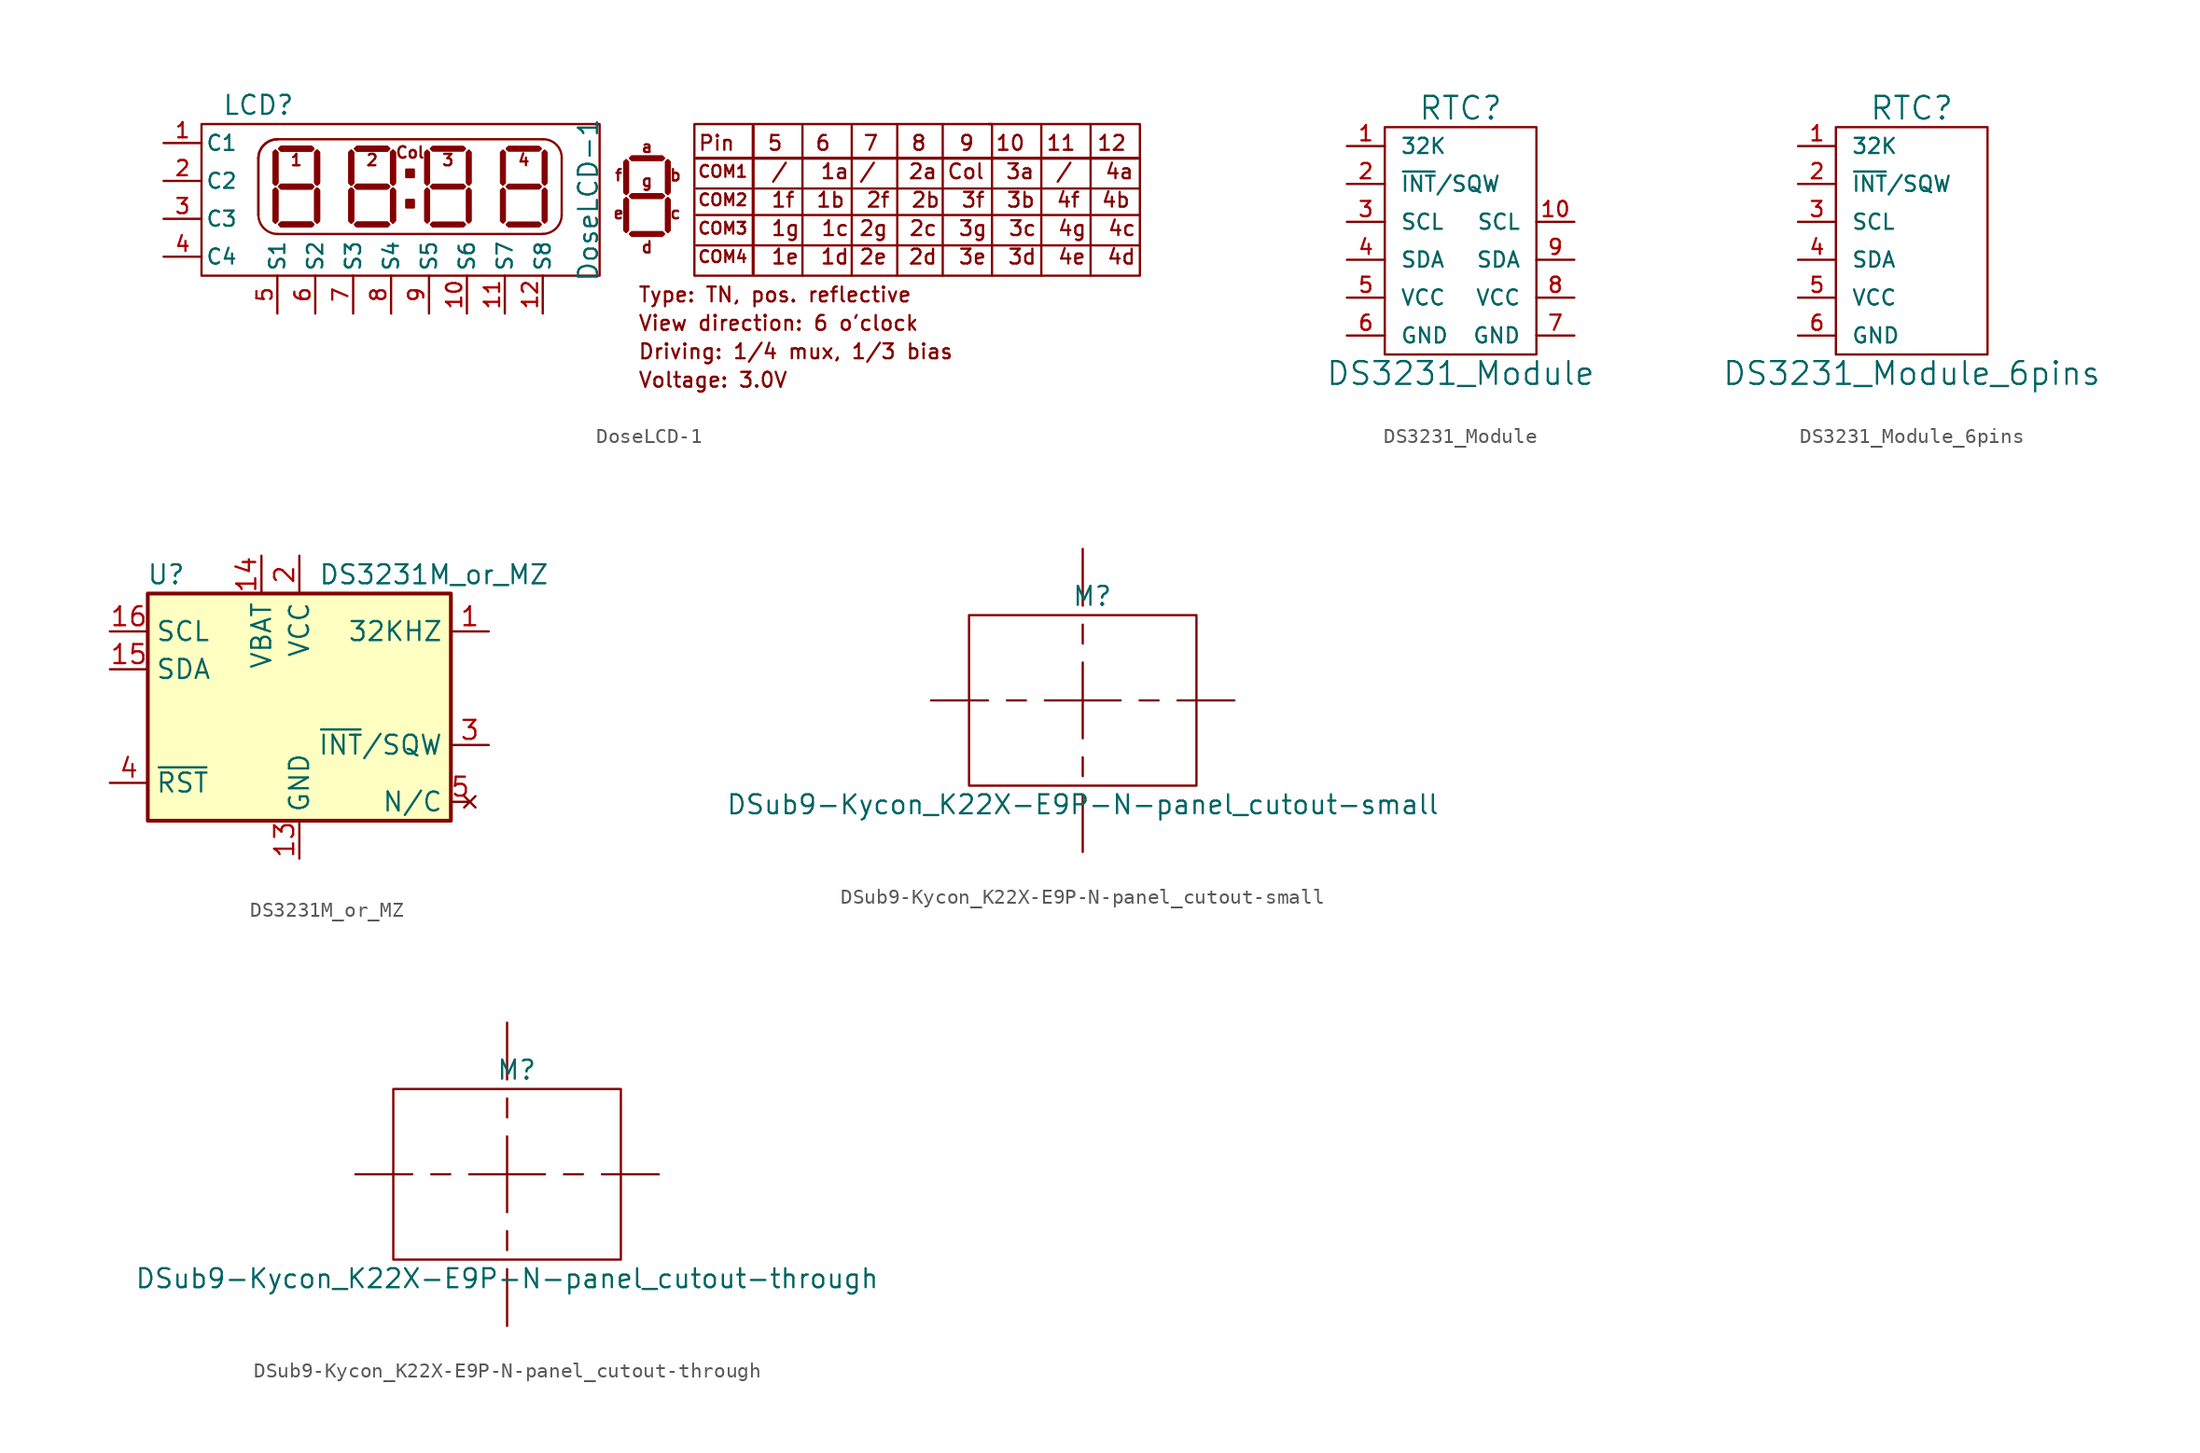
<source format=kicad_sym>
(kicad_symbol_lib
  (version 20211014)
  (generator kicad_symbol_editor)
  (symbol "DoseLCD-1"
    (pin_names
      (offset 0.254))
    (property "Reference" "LCD"
      (at -10.16 6.35 0)
      (effects (font (size 1.27 1.27))))
    (property "Value" "DoseLCD-1"
      (at 11.938 0 90)
      (effects (font (size 1.27 1.27))))
    (symbol "DoseLCD-1_0_0"
      (polyline (pts (xy 19.177 -3.048) (xy 48.895 -3.048)) (stroke (width 0) (type default) (color 0 0 0 0)) (fill (type none)))
      (polyline (pts (xy 19.177 -1.016) (xy 48.895 -1.016)) (stroke (width 0) (type default) (color 0 0 0 0)) (fill (type none)))
      (polyline (pts (xy 19.177 0.762) (xy 48.895 0.762)) (stroke (width 0) (type default) (color 0 0 0 0)) (fill (type none)))
      (polyline (pts (xy 19.177 2.794) (xy 48.768 2.794)) (stroke (width 0.203) (type default) (color 0 0 0 0)) (fill (type none)))
      (polyline (pts (xy 22.987 4.953) (xy 22.987 -4.953)) (stroke (width 0.203) (type default) (color 0 0 0 0)) (fill (type none)))
      (polyline (pts (xy 26.289 5.08) (xy 26.289 -5.08)) (stroke (width 0) (type default) (color 0 0 0 0)) (fill (type none)))
      (polyline (pts (xy 29.591 5.08) (xy 29.591 -5.08)) (stroke (width 0) (type default) (color 0 0 0 0)) (fill (type none)))
      (polyline (pts (xy 32.639 5.08) (xy 32.639 -5.08)) (stroke (width 0) (type default) (color 0 0 0 0)) (fill (type none)))
      (polyline (pts (xy 35.687 5.08) (xy 35.687 -5.08)) (stroke (width 0) (type default) (color 0 0 0 0)) (fill (type none)))
      (polyline (pts (xy 38.735 5.08) (xy 38.989 5.08)) (stroke (width 0) (type default) (color 0 0 0 0)) (fill (type none)))
      (polyline (pts (xy 38.989 5.08) (xy 38.989 -5.08)) (stroke (width 0) (type default) (color 0 0 0 0)) (fill (type none)))
      (polyline (pts (xy 42.291 5.08) (xy 42.291 -5.08)) (stroke (width 0) (type default) (color 0 0 0 0)) (fill (type none)))
      (polyline (pts (xy 45.593 5.08) (xy 45.593 -5.08)) (stroke (width 0) (type default) (color 0 0 0 0)) (fill (type none)))
      (rectangle (start 19.05 5.08) (end 48.895 -5.08) (stroke (width 0) (type default) (color 0 0 0 0)) (fill (type none)))
      (text "/   1a /   2a Col  3a  /   4a" (at 24.13 1.905 0) (effects (font (size 0.991 0.991)) (justify left)))
      (text "1" (at -7.62 2.667 0) (effects (font (size 0.762 0.762))))
      (text "1e  1d 2e  2d  3e  3d  4e  4d" (at 24.13 -3.81 0) (effects (font (size 0.991 0.991)) (justify left)))
      (text "1f  1b  2f  2b  3f  3b  4f  4b" (at 24.13 0 0) (effects (font (size 0.991 0.991)) (justify left)))
      (text "1g  1c 2g  2c  3g  3c  4g  4c" (at 24.13 -1.905 0) (effects (font (size 0.991 0.991)) (justify left)))
      (text "2" (at -2.54 2.667 0) (effects (font (size 0.762 0.762))))
      (text "3" (at 2.54 2.667 0) (effects (font (size 0.762 0.762))))
      (text "4" (at 7.62 2.667 0) (effects (font (size 0.762 0.762))))
      (text "a" (at 15.875 3.556 0) (effects (font (size 0.762 0.762))))
      (text "b" (at 17.78 1.651 0) (effects (font (size 0.762 0.762))))
      (text "c" (at 17.78 -0.889 0) (effects (font (size 0.762 0.762))))
      (text "Col" (at 0 3.175 0) (effects (font (size 0.762 0.762))))
      (text "COM1" (at 20.955 1.905 0) (effects (font (size 0.787 0.787))))
      (text "COM2" (at 20.955 0 0) (effects (font (size 0.787 0.787))))
      (text "COM3" (at 20.955 -1.905 0) (effects (font (size 0.787 0.787))))
      (text "COM4" (at 20.955 -3.81 0) (effects (font (size 0.787 0.787))))
      (text "d" (at 15.875 -3.175 0) (effects (font (size 0.762 0.762))))
      (text "Driving: 1/4 mux, 1/3 bias" (at 15.24 -10.16 0) (effects (font (size 0.991 0.991)) (justify left)))
      (text "e" (at 13.97 -0.889 0) (effects (font (size 0.762 0.762))))
      (text "f" (at 13.97 1.651 0) (effects (font (size 0.762 0.762))))
      (text "g" (at 15.875 1.27 0) (effects (font (size 0.762 0.762))))
      (text "Pin   5   6   7   8   9  10  11  12" (at 33.655 3.81 0) (effects (font (size 0.991 0.991))))
      (text "Type: TN, pos. reflective" (at 15.24 -6.35 0) (effects (font (size 0.991 0.991)) (justify left)))
      (text "View direction: 6 o'clock" (at 15.24 -8.255 0) (effects (font (size 0.991 0.991)) (justify left)))
      (text "Voltage: 3.0V" (at 15.24 -12.065 0) (effects (font (size 0.991 0.991)) (justify left))))
    (symbol "DoseLCD-1_0_1"
      (rectangle (start -13.97 5.08) (end 12.7 -5.08) (stroke (width 0) (type default) (color 0 0 0 0)) (fill (type none)))
      (arc (start -10.16 -1.016) (mid -9.7827 -1.9087) (end -8.89 -2.286) (stroke (width 0) (type default) (color 0 0 0 0)) (fill (type none)))
      (rectangle (start -8.89 0) (end -8.89 0) (stroke (width 0) (type default) (color 0 0 0 0)) (fill (type none)))
      (arc (start -8.89 4.064) (mid -9.7827 3.6867) (end -10.16 2.794) (stroke (width 0) (type default) (color 0 0 0 0)) (fill (type none)))
      (arc (start -8.89 4.064) (mid -9.7827 3.6867) (end -10.16 2.794) (stroke (width 0) (type default) (color 0 0 0 0)) (fill (type none)))
      (rectangle (start -0.254 0) (end 0.254 -0.508) (stroke (width 0) (type default) (color 0 0 0 0)) (fill (type outline)))
      (rectangle (start -0.254 2.032) (end 0.254 1.524) (stroke (width 0) (type default) (color 0 0 0 0)) (fill (type outline)))
      (polyline (pts (xy -10.16 2.794) (xy -10.16 -1.016)) (stroke (width 0) (type default) (color 0 0 0 0)) (fill (type none)))
      (polyline (pts (xy -10.16 2.794) (xy -10.16 -1.016)) (stroke (width 0) (type default) (color 0 0 0 0)) (fill (type none)))
      (polyline (pts (xy -8.89 -2.286) (xy 8.89 -2.286)) (stroke (width 0) (type default) (color 0 0 0 0)) (fill (type none)))
      (polyline (pts (xy -8.89 4.064) (xy 8.89 4.064)) (stroke (width 0) (type default) (color 0 0 0 0)) (fill (type none)))
      (polyline (pts (xy 10.16 -1.016) (xy 10.16 2.794)) (stroke (width 0) (type default) (color 0 0 0 0)) (fill (type none)))
      (polyline (pts (xy -9.017 0.762) (xy -9.144 0.635) (xy -9.144 -1.397) (xy -9.017 -1.524) (xy -8.89 -1.397) (xy -8.89 0.635) (xy -9.017 0.762)) (stroke (width 0) (type default) (color 0 0 0 0)) (fill (type none)))
      (polyline (pts (xy -9.017 0.762) (xy -9.144 0.635) (xy -9.144 -1.397) (xy -9.017 -1.524) (xy -8.89 -1.397) (xy -8.89 0.635) (xy -9.017 0.762)) (stroke (width 0) (type default) (color 0 0 0 0)) (fill (type outline)))
      (polyline (pts (xy -9.017 3.302) (xy -9.144 3.175) (xy -9.144 1.143) (xy -9.017 1.016) (xy -8.89 1.143) (xy -8.89 3.175) (xy -9.017 3.302)) (stroke (width 0) (type default) (color 0 0 0 0)) (fill (type none)))
      (polyline (pts (xy -9.017 3.302) (xy -9.144 3.175) (xy -9.144 1.143) (xy -9.017 1.016) (xy -8.89 1.143) (xy -8.89 3.175) (xy -9.017 3.302)) (stroke (width 0) (type default) (color 0 0 0 0)) (fill (type outline)))
      (polyline (pts (xy -8.763 -1.651) (xy -8.636 -1.778) (xy -6.604 -1.778) (xy -6.477 -1.651) (xy -6.604 -1.524) (xy -8.636 -1.524) (xy -8.763 -1.651)) (stroke (width 0) (type default) (color 0 0 0 0)) (fill (type none)))
      (polyline (pts (xy -8.763 -1.651) (xy -8.636 -1.778) (xy -6.604 -1.778) (xy -6.477 -1.651) (xy -6.604 -1.524) (xy -8.636 -1.524) (xy -8.763 -1.651)) (stroke (width 0) (type default) (color 0 0 0 0)) (fill (type outline)))
      (polyline (pts (xy -8.763 0.889) (xy -8.636 0.762) (xy -6.604 0.762) (xy -6.477 0.889) (xy -6.604 1.016) (xy -8.636 1.016) (xy -8.763 0.889)) (stroke (width 0) (type default) (color 0 0 0 0)) (fill (type none)))
      (polyline (pts (xy -8.763 0.889) (xy -8.636 0.762) (xy -6.604 0.762) (xy -6.477 0.889) (xy -6.604 1.016) (xy -8.636 1.016) (xy -8.763 0.889)) (stroke (width 0) (type default) (color 0 0 0 0)) (fill (type outline)))
      (polyline (pts (xy -8.763 3.429) (xy -8.636 3.302) (xy -6.604 3.302) (xy -6.477 3.429) (xy -6.604 3.556) (xy -8.636 3.556) (xy -8.763 3.429)) (stroke (width 0) (type default) (color 0 0 0 0)) (fill (type none)))
      (polyline (pts (xy -8.763 3.429) (xy -8.636 3.302) (xy -6.604 3.302) (xy -6.477 3.429) (xy -6.604 3.556) (xy -8.636 3.556) (xy -8.763 3.429)) (stroke (width 0) (type default) (color 0 0 0 0)) (fill (type outline)))
      (polyline (pts (xy -6.223 0.762) (xy -6.35 0.635) (xy -6.35 -1.397) (xy -6.223 -1.524) (xy -6.096 -1.397) (xy -6.096 0.635) (xy -6.223 0.762)) (stroke (width 0) (type default) (color 0 0 0 0)) (fill (type none)))
      (polyline (pts (xy -6.223 0.762) (xy -6.35 0.635) (xy -6.35 -1.397) (xy -6.223 -1.524) (xy -6.096 -1.397) (xy -6.096 0.635) (xy -6.223 0.762)) (stroke (width 0) (type default) (color 0 0 0 0)) (fill (type outline)))
      (polyline (pts (xy -6.223 3.302) (xy -6.35 3.175) (xy -6.35 1.143) (xy -6.223 1.016) (xy -6.096 1.143) (xy -6.096 3.175) (xy -6.223 3.302)) (stroke (width 0) (type default) (color 0 0 0 0)) (fill (type none)))
      (polyline (pts (xy -6.223 3.302) (xy -6.35 3.175) (xy -6.35 1.143) (xy -6.223 1.016) (xy -6.096 1.143) (xy -6.096 3.175) (xy -6.223 3.302)) (stroke (width 0) (type default) (color 0 0 0 0)) (fill (type outline)))
      (polyline (pts (xy -3.937 0.762) (xy -4.064 0.635) (xy -4.064 -1.397) (xy -3.937 -1.524) (xy -3.81 -1.397) (xy -3.81 0.635) (xy -3.937 0.762)) (stroke (width 0) (type default) (color 0 0 0 0)) (fill (type none)))
      (polyline (pts (xy -3.937 0.762) (xy -4.064 0.635) (xy -4.064 -1.397) (xy -3.937 -1.524) (xy -3.81 -1.397) (xy -3.81 0.635) (xy -3.937 0.762)) (stroke (width 0) (type default) (color 0 0 0 0)) (fill (type outline)))
      (polyline (pts (xy -3.937 3.302) (xy -4.064 3.175) (xy -4.064 1.143) (xy -3.937 1.016) (xy -3.81 1.143) (xy -3.81 3.175) (xy -3.937 3.302)) (stroke (width 0) (type default) (color 0 0 0 0)) (fill (type none)))
      (polyline (pts (xy -3.937 3.302) (xy -4.064 3.175) (xy -4.064 1.143) (xy -3.937 1.016) (xy -3.81 1.143) (xy -3.81 3.175) (xy -3.937 3.302)) (stroke (width 0) (type default) (color 0 0 0 0)) (fill (type outline)))
      (polyline (pts (xy -3.683 -1.651) (xy -3.556 -1.778) (xy -1.524 -1.778) (xy -1.397 -1.651) (xy -1.524 -1.524) (xy -3.556 -1.524) (xy -3.683 -1.651)) (stroke (width 0) (type default) (color 0 0 0 0)) (fill (type none)))
      (polyline (pts (xy -3.683 -1.651) (xy -3.556 -1.778) (xy -1.524 -1.778) (xy -1.397 -1.651) (xy -1.524 -1.524) (xy -3.556 -1.524) (xy -3.683 -1.651)) (stroke (width 0) (type default) (color 0 0 0 0)) (fill (type outline)))
      (polyline (pts (xy -3.683 0.889) (xy -3.556 0.762) (xy -1.524 0.762) (xy -1.397 0.889) (xy -1.524 1.016) (xy -3.556 1.016) (xy -3.683 0.889)) (stroke (width 0) (type default) (color 0 0 0 0)) (fill (type none)))
      (polyline (pts (xy -3.683 0.889) (xy -3.556 0.762) (xy -1.524 0.762) (xy -1.397 0.889) (xy -1.524 1.016) (xy -3.556 1.016) (xy -3.683 0.889)) (stroke (width 0) (type default) (color 0 0 0 0)) (fill (type outline)))
      (polyline (pts (xy -3.683 3.429) (xy -3.556 3.302) (xy -1.524 3.302) (xy -1.397 3.429) (xy -1.524 3.556) (xy -3.556 3.556) (xy -3.683 3.429)) (stroke (width 0) (type default) (color 0 0 0 0)) (fill (type none)))
      (polyline (pts (xy -3.683 3.429) (xy -3.556 3.302) (xy -1.524 3.302) (xy -1.397 3.429) (xy -1.524 3.556) (xy -3.556 3.556) (xy -3.683 3.429)) (stroke (width 0) (type default) (color 0 0 0 0)) (fill (type outline)))
      (polyline (pts (xy -1.143 0.762) (xy -1.27 0.635) (xy -1.27 -1.397) (xy -1.143 -1.524) (xy -1.016 -1.397) (xy -1.016 0.635) (xy -1.143 0.762)) (stroke (width 0) (type default) (color 0 0 0 0)) (fill (type none)))
      (polyline (pts (xy -1.143 0.762) (xy -1.27 0.635) (xy -1.27 -1.397) (xy -1.143 -1.524) (xy -1.016 -1.397) (xy -1.016 0.635) (xy -1.143 0.762)) (stroke (width 0) (type default) (color 0 0 0 0)) (fill (type outline)))
      (polyline (pts (xy -1.143 3.302) (xy -1.27 3.175) (xy -1.27 1.143) (xy -1.143 1.016) (xy -1.016 1.143) (xy -1.016 3.175) (xy -1.143 3.302)) (stroke (width 0) (type default) (color 0 0 0 0)) (fill (type none)))
      (polyline (pts (xy -1.143 3.302) (xy -1.27 3.175) (xy -1.27 1.143) (xy -1.143 1.016) (xy -1.016 1.143) (xy -1.016 3.175) (xy -1.143 3.302)) (stroke (width 0) (type default) (color 0 0 0 0)) (fill (type outline)))
      (polyline (pts (xy 1.143 0.762) (xy 1.016 0.635) (xy 1.016 -1.397) (xy 1.143 -1.524) (xy 1.27 -1.397) (xy 1.27 0.635) (xy 1.143 0.762)) (stroke (width 0) (type default) (color 0 0 0 0)) (fill (type outline)))
      (polyline (pts (xy 1.143 3.302) (xy 1.016 3.175) (xy 1.016 1.143) (xy 1.143 1.016) (xy 1.27 1.143) (xy 1.27 3.175) (xy 1.143 3.302)) (stroke (width 0) (type default) (color 0 0 0 0)) (fill (type outline)))
      (polyline (pts (xy 1.397 -1.651) (xy 1.524 -1.778) (xy 3.556 -1.778) (xy 3.683 -1.651) (xy 3.556 -1.524) (xy 1.524 -1.524) (xy 1.397 -1.651)) (stroke (width 0) (type default) (color 0 0 0 0)) (fill (type outline)))
      (polyline (pts (xy 1.397 0.889) (xy 1.524 0.762) (xy 3.556 0.762) (xy 3.683 0.889) (xy 3.556 1.016) (xy 1.524 1.016) (xy 1.397 0.889)) (stroke (width 0) (type default) (color 0 0 0 0)) (fill (type outline)))
      (polyline (pts (xy 1.397 3.429) (xy 1.524 3.302) (xy 3.556 3.302) (xy 3.683 3.429) (xy 3.556 3.556) (xy 1.524 3.556) (xy 1.397 3.429)) (stroke (width 0) (type default) (color 0 0 0 0)) (fill (type outline)))
      (polyline (pts (xy 3.937 0.762) (xy 3.81 0.635) (xy 3.81 -1.397) (xy 3.937 -1.524) (xy 4.064 -1.397) (xy 4.064 0.635) (xy 3.937 0.762)) (stroke (width 0) (type default) (color 0 0 0 0)) (fill (type outline)))
      (polyline (pts (xy 3.937 3.302) (xy 3.81 3.175) (xy 3.81 1.143) (xy 3.937 1.016) (xy 4.064 1.143) (xy 4.064 3.175) (xy 3.937 3.302)) (stroke (width 0) (type default) (color 0 0 0 0)) (fill (type outline)))
      (polyline (pts (xy 6.223 0.762) (xy 6.096 0.635) (xy 6.096 -1.397) (xy 6.223 -1.524) (xy 6.35 -1.397) (xy 6.35 0.635) (xy 6.223 0.762)) (stroke (width 0) (type default) (color 0 0 0 0)) (fill (type outline)))
      (polyline (pts (xy 6.223 3.302) (xy 6.096 3.175) (xy 6.096 1.143) (xy 6.223 1.016) (xy 6.35 1.143) (xy 6.35 3.175) (xy 6.223 3.302)) (stroke (width 0) (type default) (color 0 0 0 0)) (fill (type outline)))
      (polyline (pts (xy 6.477 -1.651) (xy 6.604 -1.778) (xy 8.636 -1.778) (xy 8.763 -1.651) (xy 8.636 -1.524) (xy 6.604 -1.524) (xy 6.477 -1.651)) (stroke (width 0) (type default) (color 0 0 0 0)) (fill (type outline)))
      (polyline (pts (xy 6.477 0.889) (xy 6.604 0.762) (xy 8.636 0.762) (xy 8.763 0.889) (xy 8.636 1.016) (xy 6.604 1.016) (xy 6.477 0.889)) (stroke (width 0) (type default) (color 0 0 0 0)) (fill (type outline)))
      (polyline (pts (xy 6.477 3.429) (xy 6.604 3.302) (xy 8.636 3.302) (xy 8.763 3.429) (xy 8.636 3.556) (xy 6.604 3.556) (xy 6.477 3.429)) (stroke (width 0) (type default) (color 0 0 0 0)) (fill (type outline)))
      (polyline (pts (xy 9.017 0.762) (xy 8.89 0.635) (xy 8.89 -1.397) (xy 9.017 -1.524) (xy 9.144 -1.397) (xy 9.144 0.635) (xy 9.017 0.762)) (stroke (width 0) (type default) (color 0 0 0 0)) (fill (type outline)))
      (polyline (pts (xy 9.017 3.302) (xy 8.89 3.175) (xy 8.89 1.143) (xy 9.017 1.016) (xy 9.144 1.143) (xy 9.144 3.175) (xy 9.017 3.302)) (stroke (width 0) (type default) (color 0 0 0 0)) (fill (type outline)))
      (polyline (pts (xy 14.478 0.127) (xy 14.351 0) (xy 14.351 -2.032) (xy 14.478 -2.159) (xy 14.605 -2.032) (xy 14.605 0) (xy 14.478 0.127)) (stroke (width 0) (type default) (color 0 0 0 0)) (fill (type outline)))
      (polyline (pts (xy 14.478 2.667) (xy 14.351 2.54) (xy 14.351 0.508) (xy 14.478 0.381) (xy 14.605 0.508) (xy 14.605 2.54) (xy 14.478 2.667)) (stroke (width 0) (type default) (color 0 0 0 0)) (fill (type outline)))
      (polyline (pts (xy 14.732 -2.286) (xy 14.859 -2.413) (xy 16.891 -2.413) (xy 17.018 -2.286) (xy 16.891 -2.159) (xy 14.859 -2.159) (xy 14.732 -2.286)) (stroke (width 0) (type default) (color 0 0 0 0)) (fill (type outline)))
      (polyline (pts (xy 14.732 0.254) (xy 14.859 0.127) (xy 16.891 0.127) (xy 17.018 0.254) (xy 16.891 0.381) (xy 14.859 0.381) (xy 14.732 0.254)) (stroke (width 0) (type default) (color 0 0 0 0)) (fill (type outline)))
      (polyline (pts (xy 14.732 2.794) (xy 14.859 2.667) (xy 16.891 2.667) (xy 17.018 2.794) (xy 16.891 2.921) (xy 14.859 2.921) (xy 14.732 2.794)) (stroke (width 0) (type default) (color 0 0 0 0)) (fill (type outline)))
      (polyline (pts (xy 17.272 0.127) (xy 17.145 0) (xy 17.145 -2.032) (xy 17.272 -2.159) (xy 17.399 -2.032) (xy 17.399 0) (xy 17.272 0.127)) (stroke (width 0) (type default) (color 0 0 0 0)) (fill (type outline)))
      (polyline (pts (xy 17.272 2.667) (xy 17.145 2.54) (xy 17.145 0.508) (xy 17.272 0.381) (xy 17.399 0.508) (xy 17.399 2.54) (xy 17.272 2.667)) (stroke (width 0) (type default) (color 0 0 0 0)) (fill (type outline)))
      (arc (start 8.89 -2.286) (mid 9.7827 -1.9087) (end 10.16 -1.016) (stroke (width 0) (type default) (color 0 0 0 0)) (fill (type none)))
      (arc (start 10.16 2.794) (mid 9.8009 3.7049) (end 8.89 4.064) (stroke (width 0) (type default) (color 0 0 0 0)) (fill (type none))))
    (symbol "DoseLCD-1_1_1"
      (pin input line (at -16.51 3.81 0) (length 2.54) (name "C1" (effects (font (size 1.016 1.016)))) (number "1" (effects (font (size 1.016 1.016)))))
      (pin input line (at 3.81 -7.62 90) (length 2.54) (name "S6" (effects (font (size 1.016 1.016)))) (number "10" (effects (font (size 1.016 1.016)))))
      (pin input line (at 6.35 -7.62 90) (length 2.54) (name "S7" (effects (font (size 1.016 1.016)))) (number "11" (effects (font (size 1.016 1.016)))))
      (pin input line (at 8.89 -7.62 90) (length 2.54) (name "S8" (effects (font (size 1.016 1.016)))) (number "12" (effects (font (size 1.016 1.016)))))
      (pin input line (at -16.51 1.27 0) (length 2.54) (name "C2" (effects (font (size 1.016 1.016)))) (number "2" (effects (font (size 1.016 1.016)))))
      (pin input line (at -16.51 -1.27 0) (length 2.54) (name "C3" (effects (font (size 1.016 1.016)))) (number "3" (effects (font (size 1.016 1.016)))))
      (pin input line (at -16.51 -3.81 0) (length 2.54) (name "C4" (effects (font (size 1.016 1.016)))) (number "4" (effects (font (size 1.016 1.016)))))
      (pin input line (at -8.89 -7.62 90) (length 2.54) (name "S1" (effects (font (size 1.016 1.016)))) (number "5" (effects (font (size 1.016 1.016)))))
      (pin input line (at -6.35 -7.62 90) (length 2.54) (name "S2" (effects (font (size 1.016 1.016)))) (number "6" (effects (font (size 1.016 1.016)))))
      (pin input line (at -3.81 -7.62 90) (length 2.54) (name "S3" (effects (font (size 1.016 1.016)))) (number "7" (effects (font (size 1.016 1.016)))))
      (pin input line (at -1.27 -7.62 90) (length 2.54) (name "S4" (effects (font (size 1.016 1.016)))) (number "8" (effects (font (size 1.016 1.016)))))
      (pin input line (at 1.27 -7.62 90) (length 2.54) (name "S5" (effects (font (size 1.016 1.016)))) (number "9" (effects (font (size 1.016 1.016)))))))
  (symbol "DS3231_Module"
    (pin_names
      (offset 1.016))
    (property "Reference" "RTC"
      (at 0 7.62 0)
      (effects (font (size 1.524 1.524))))
    (property "Value" "DS3231_Module"
      (at 0 -10.16 0)
      (effects (font (size 1.524 1.524))))
    (symbol "DS3231_Module_0_0"
      (rectangle (start -5.08 6.35) (end 5.08 -8.89) (stroke (width 0) (type default) (color 0 0 0 0)) (fill (type none))))
    (symbol "DS3231_Module_1_1"
      (pin open_collector line (at -7.62 5.08 0) (length 2.54) (name "32K" (effects (font (size 1.016 1.016)))) (number "1" (effects (font (size 1.016 1.016)))))
      (pin passive line (at 7.62 0 180) (length 2.54) (name "SCL" (effects (font (size 1.016 1.016)))) (number "10" (effects (font (size 1.016 1.016)))))
      (pin open_collector line (at -7.62 2.54 0) (length 2.54) (name "~{INT}/SQW" (effects (font (size 1.016 1.016)))) (number "2" (effects (font (size 1.016 1.016)))))
      (pin input line (at -7.62 0 0) (length 2.54) (name "SCL" (effects (font (size 1.016 1.016)))) (number "3" (effects (font (size 1.016 1.016)))))
      (pin bidirectional line (at -7.62 -2.54 0) (length 2.54) (name "SDA" (effects (font (size 1.016 1.016)))) (number "4" (effects (font (size 1.016 1.016)))))
      (pin power_in line (at -7.62 -5.08 0) (length 2.54) (name "VCC" (effects (font (size 1.016 1.016)))) (number "5" (effects (font (size 1.016 1.016)))))
      (pin power_in line (at -7.62 -7.62 0) (length 2.54) (name "GND" (effects (font (size 1.016 1.016)))) (number "6" (effects (font (size 1.016 1.016)))))
      (pin power_in line (at 7.62 -7.62 180) (length 2.54) (name "GND" (effects (font (size 1.016 1.016)))) (number "7" (effects (font (size 1.016 1.016)))))
      (pin power_in line (at 7.62 -5.08 180) (length 2.54) (name "VCC" (effects (font (size 1.016 1.016)))) (number "8" (effects (font (size 1.016 1.016)))))
      (pin passive line (at 7.62 -2.54 180) (length 2.54) (name "SDA" (effects (font (size 1.016 1.016)))) (number "9" (effects (font (size 1.016 1.016)))))))
  (symbol "DS3231_Module_6pins"
    (pin_names
      (offset 1.016))
    (property "Reference" "RTC"
      (at 0 7.62 0)
      (effects (font (size 1.524 1.524))))
    (property "Value" "DS3231_Module_6pins"
      (at 0 -10.16 0)
      (effects (font (size 1.524 1.524))))
    (symbol "DS3231_Module_6pins_0_0"
      (rectangle (start -5.08 6.35) (end 5.08 -8.89) (stroke (width 0) (type default) (color 0 0 0 0)) (fill (type none))))
    (symbol "DS3231_Module_6pins_1_1"
      (pin open_collector line (at -7.62 5.08 0) (length 2.54) (name "32K" (effects (font (size 1.016 1.016)))) (number "1" (effects (font (size 1.016 1.016)))))
      (pin open_collector line (at -7.62 2.54 0) (length 2.54) (name "~{INT}/SQW" (effects (font (size 1.016 1.016)))) (number "2" (effects (font (size 1.016 1.016)))))
      (pin input line (at -7.62 0 0) (length 2.54) (name "SCL" (effects (font (size 1.016 1.016)))) (number "3" (effects (font (size 1.016 1.016)))))
      (pin bidirectional line (at -7.62 -2.54 0) (length 2.54) (name "SDA" (effects (font (size 1.016 1.016)))) (number "4" (effects (font (size 1.016 1.016)))))
      (pin power_in line (at -7.62 -5.08 0) (length 2.54) (name "VCC" (effects (font (size 1.016 1.016)))) (number "5" (effects (font (size 1.016 1.016)))))
      (pin power_in line (at -7.62 -7.62 0) (length 2.54) (name "GND" (effects (font (size 1.016 1.016)))) (number "6" (effects (font (size 1.016 1.016)))))))
  (symbol "DS3231M_or_MZ"
    (property "Reference" "U"
      (at -7.62 8.89 0)
      (effects (font (size 1.27 1.27)) (justify right)))
    (property "Value" "DS3231M_or_MZ"
      (at 1.27 8.89 0)
      (effects (font (size 1.27 1.27)) (justify left)))
    (symbol "DS3231M_or_MZ_0_1"
      (rectangle (start -10.16 7.62) (end 10.16 -7.62) (stroke (width 0.254) (type default) (color 0 0 0 0)) (fill (type background))))
    (symbol "DS3231M_or_MZ_1_1"
      (pin open_collector line (at 12.7 5.08 180) (length 2.54) (name "32KHZ" (effects (font (size 1.27 1.27)))) (number "1" (effects (font (size 1.27 1.27)))))
      (pin no_connect line (at 11.43 -6.35 180) (length 1.27) hide (name "~" (effects (font (size 1.27 1.27)))) (number "10" (effects (font (size 1.27 1.27)))))
      (pin no_connect line (at 11.43 -6.35 180) (length 1.27) hide (name "~" (effects (font (size 1.27 1.27)))) (number "11" (effects (font (size 1.27 1.27)))))
      (pin no_connect line (at 11.43 -6.35 180) (length 1.27) hide (name "~" (effects (font (size 1.27 1.27)))) (number "12" (effects (font (size 1.27 1.27)))))
      (pin power_in line (at 0 -10.16 90) (length 2.54) (name "GND" (effects (font (size 1.27 1.27)))) (number "13" (effects (font (size 1.27 1.27)))))
      (pin power_in line (at -2.54 10.16 270) (length 2.54) (name "VBAT" (effects (font (size 1.27 1.27)))) (number "14" (effects (font (size 1.27 1.27)))))
      (pin bidirectional line (at -12.7 2.54 0) (length 2.54) (name "SDA" (effects (font (size 1.27 1.27)))) (number "15" (effects (font (size 1.27 1.27)))))
      (pin input line (at -12.7 5.08 0) (length 2.54) (name "SCL" (effects (font (size 1.27 1.27)))) (number "16" (effects (font (size 1.27 1.27)))))
      (pin power_in line (at 0 10.16 270) (length 2.54) (name "VCC" (effects (font (size 1.27 1.27)))) (number "2" (effects (font (size 1.27 1.27)))))
      (pin open_collector line (at 12.7 -2.54 180) (length 2.54) (name "~{INT}/SQW" (effects (font (size 1.27 1.27)))) (number "3" (effects (font (size 1.27 1.27)))))
      (pin bidirectional line (at -12.7 -5.08 0) (length 2.54) (name "~{RST}" (effects (font (size 1.27 1.27)))) (number "4" (effects (font (size 1.27 1.27)))))
      (pin no_connect line (at 11.43 -6.35 180) (length 1.27) (name "N/C" (effects (font (size 1.27 1.27)))) (number "5" (effects (font (size 1.27 1.27)))))
      (pin no_connect line (at 11.43 -6.35 180) (length 1.27) hide (name "~" (effects (font (size 1.27 1.27)))) (number "6" (effects (font (size 1.27 1.27)))))
      (pin no_connect line (at 11.43 -6.35 180) (length 1.27) hide (name "~" (effects (font (size 1.27 1.27)))) (number "7" (effects (font (size 1.27 1.27)))))
      (pin no_connect line (at 11.43 -6.35 180) (length 1.27) hide (name "~" (effects (font (size 1.27 1.27)))) (number "8" (effects (font (size 1.27 1.27)))))
      (pin no_connect line (at 11.43 -6.35 180) (length 1.27) hide (name "~" (effects (font (size 1.27 1.27)))) (number "9" (effects (font (size 1.27 1.27)))))))
  (symbol "DSub9-Kycon_K22X-E9P-N-panel_cutout-small"
    (pin_names
      (offset 1.016))
    (property "Reference" "M"
      (at 0.635 6.985 0)
      (effects (font (size 1.27 1.27))))
    (property "Value" "DSub9-Kycon_K22X-E9P-N-panel_cutout-small"
      (at 0 -6.985 0)
      (effects (font (size 1.27 1.27))))
    (symbol "DSub9-Kycon_K22X-E9P-N-panel_cutout-small_0_0"
      (polyline (pts (xy -6.35 0) (xy -10.16 0)) (stroke (width 0) (type default) (color 0 0 0 0)) (fill (type none)))
      (polyline (pts (xy -3.81 0) (xy -5.08 0)) (stroke (width 0) (type default) (color 0 0 0 0)) (fill (type none)))
      (polyline (pts (xy -2.54 0) (xy 2.54 0)) (stroke (width 0) (type default) (color 0 0 0 0)) (fill (type none)))
      (polyline (pts (xy 0 -6.35) (xy 0 -10.16)) (stroke (width 0) (type default) (color 0 0 0 0)) (fill (type none)))
      (polyline (pts (xy 0 -3.81) (xy 0 -5.08)) (stroke (width 0) (type default) (color 0 0 0 0)) (fill (type none)))
      (polyline (pts (xy 0 2.54) (xy 0 -2.54)) (stroke (width 0) (type default) (color 0 0 0 0)) (fill (type none)))
      (polyline (pts (xy 0 3.81) (xy 0 5.08)) (stroke (width 0) (type default) (color 0 0 0 0)) (fill (type none)))
      (polyline (pts (xy 0 6.35) (xy 0 10.16)) (stroke (width 0) (type default) (color 0 0 0 0)) (fill (type none)))
      (polyline (pts (xy 3.81 0) (xy 5.08 0)) (stroke (width 0) (type default) (color 0 0 0 0)) (fill (type none)))
      (polyline (pts (xy 6.35 0) (xy 10.16 0)) (stroke (width 0) (type default) (color 0 0 0 0)) (fill (type none))))
    (symbol "DSub9-Kycon_K22X-E9P-N-panel_cutout-small_0_1"
      (rectangle (start -7.62 5.715) (end 7.62 -5.715) (stroke (width 0) (type default) (color 0 0 0 0)) (fill (type none)))))
  (symbol "DSub9-Kycon_K22X-E9P-N-panel_cutout-through"
    (pin_names
      (offset 1.016))
    (property "Reference" "M"
      (at 0.635 6.985 0)
      (effects (font (size 1.27 1.27))))
    (property "Value" "DSub9-Kycon_K22X-E9P-N-panel_cutout-through"
      (at 0 -6.985 0)
      (effects (font (size 1.27 1.27))))
    (symbol "DSub9-Kycon_K22X-E9P-N-panel_cutout-through_0_0"
      (polyline (pts (xy -6.35 0) (xy -10.16 0)) (stroke (width 0) (type default) (color 0 0 0 0)) (fill (type none)))
      (polyline (pts (xy -3.81 0) (xy -5.08 0)) (stroke (width 0) (type default) (color 0 0 0 0)) (fill (type none)))
      (polyline (pts (xy -2.54 0) (xy 2.54 0)) (stroke (width 0) (type default) (color 0 0 0 0)) (fill (type none)))
      (polyline (pts (xy 0 -6.35) (xy 0 -10.16)) (stroke (width 0) (type default) (color 0 0 0 0)) (fill (type none)))
      (polyline (pts (xy 0 -3.81) (xy 0 -5.08)) (stroke (width 0) (type default) (color 0 0 0 0)) (fill (type none)))
      (polyline (pts (xy 0 2.54) (xy 0 -2.54)) (stroke (width 0) (type default) (color 0 0 0 0)) (fill (type none)))
      (polyline (pts (xy 0 3.81) (xy 0 5.08)) (stroke (width 0) (type default) (color 0 0 0 0)) (fill (type none)))
      (polyline (pts (xy 0 6.35) (xy 0 10.16)) (stroke (width 0) (type default) (color 0 0 0 0)) (fill (type none)))
      (polyline (pts (xy 3.81 0) (xy 5.08 0)) (stroke (width 0) (type default) (color 0 0 0 0)) (fill (type none)))
      (polyline (pts (xy 6.35 0) (xy 10.16 0)) (stroke (width 0) (type default) (color 0 0 0 0)) (fill (type none))))
    (symbol "DSub9-Kycon_K22X-E9P-N-panel_cutout-through_0_1"
      (rectangle (start -7.62 5.715) (end 7.62 -5.715) (stroke (width 0) (type default) (color 0 0 0 0)) (fill (type none))))))
</source>
